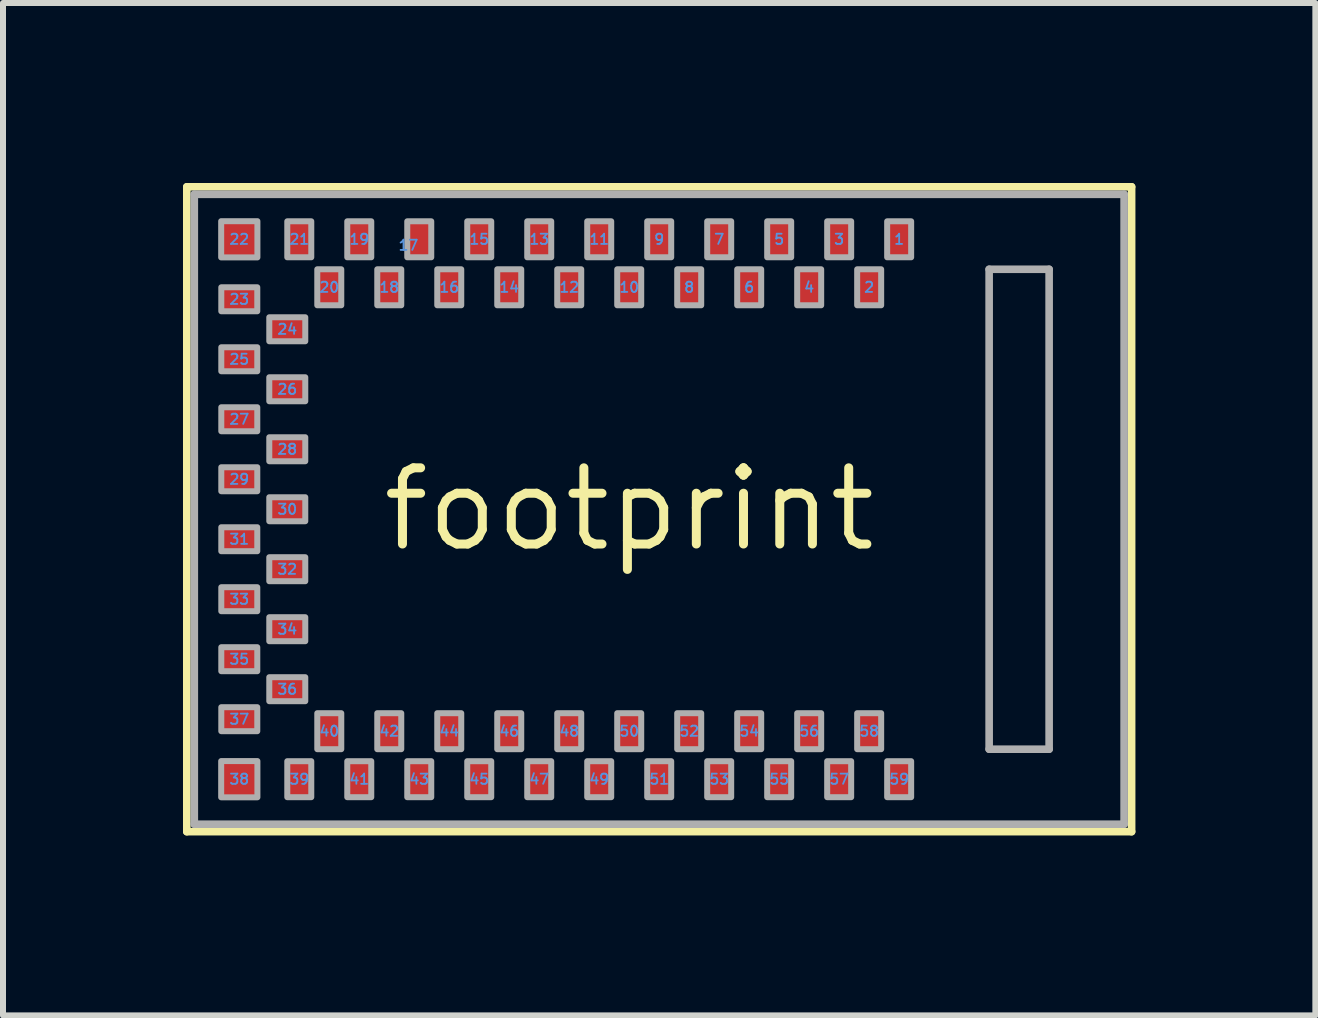
<source format=kicad_pcb>
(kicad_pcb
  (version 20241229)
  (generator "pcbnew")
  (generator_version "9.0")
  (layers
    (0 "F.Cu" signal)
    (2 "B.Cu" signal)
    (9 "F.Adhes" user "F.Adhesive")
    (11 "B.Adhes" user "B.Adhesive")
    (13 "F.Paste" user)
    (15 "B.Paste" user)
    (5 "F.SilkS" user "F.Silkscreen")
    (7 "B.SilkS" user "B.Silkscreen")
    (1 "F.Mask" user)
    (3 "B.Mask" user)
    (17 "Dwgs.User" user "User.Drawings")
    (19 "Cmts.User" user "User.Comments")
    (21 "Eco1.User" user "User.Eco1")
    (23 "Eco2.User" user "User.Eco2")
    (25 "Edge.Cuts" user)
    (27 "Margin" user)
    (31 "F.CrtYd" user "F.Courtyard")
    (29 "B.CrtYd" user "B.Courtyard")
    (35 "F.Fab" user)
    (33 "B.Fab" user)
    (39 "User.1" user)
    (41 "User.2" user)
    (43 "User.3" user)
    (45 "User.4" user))
  (footprint "footprint"
    (layer "F.Cu")
    (at 7.439 5.439)
    (property "Reference" "footprint" (at 0 0 0) (layer "F.SilkS") (effects (font (size 1.27 1.27) (thickness 0.15))))
    (fp_line (start -7.375 -5.375) (end -7.375 5.375) (stroke (width 0.127) (type solid)) (layer "F.SilkS"))
    (fp_line (start -7.375 5.375) (end 8.375 5.375) (stroke (width 0.127) (type solid)) (layer "F.SilkS"))
    (fp_line (start 8.375 -5.375) (end -7.375 -5.375) (stroke (width 0.127) (type solid)) (layer "F.SilkS"))
    (fp_line (start 8.375 5.375) (end 8.375 -5.375) (stroke (width 0.127) (type solid)) (layer "F.SilkS"))
    (fp_line (start -7.25 -5.25) (end -7.25 5.25) (stroke (width 0.127) (type solid)) (layer "F.Fab"))
    (fp_line (start -7.25 5.25) (end 8.25 5.25) (stroke (width 0.127) (type solid)) (layer "F.Fab"))
    (fp_line (start 6 -4) (end 7 -4) (stroke (width 0.127) (type solid)) (layer "F.Fab"))
    (fp_line (start 6 4) (end 6 -4) (stroke (width 0.127) (type solid)) (layer "F.Fab"))
    (fp_line (start 7 -4) (end 7 4) (stroke (width 0.127) (type solid)) (layer "F.Fab"))
    (fp_line (start 7 4) (end 6 4) (stroke (width 0.127) (type solid)) (layer "F.Fab"))
    (fp_line (start 8.25 -5.25) (end -7.25 -5.25) (stroke (width 0.127) (type solid)) (layer "F.Fab"))
    (fp_line (start 8.25 5.25) (end 8.25 -5.25) (stroke (width 0.127) (type solid)) (layer "F.Fab"))
    (fp_poly (pts (xy -6.8 -3.7) (xy -6.8 -3.3) (xy -6.2 -3.3) (xy -6.2 -3.7)) (stroke (width 0.1) (type solid)) (fill no) (layer "F.Fab"))
    (fp_poly (pts (xy -6.8 -2.7) (xy -6.8 -2.3) (xy -6.2 -2.3) (xy -6.2 -2.7)) (stroke (width 0.1) (type solid)) (fill no) (layer "F.Fab"))
    (fp_poly (pts (xy -6.8 -1.7) (xy -6.8 -1.3) (xy -6.2 -1.3) (xy -6.2 -1.7)) (stroke (width 0.1) (type solid)) (fill no) (layer "F.Fab"))
    (fp_poly (pts (xy -6.8 -0.7) (xy -6.8 -0.3) (xy -6.2 -0.3) (xy -6.2 -0.7)) (stroke (width 0.1) (type solid)) (fill no) (layer "F.Fab"))
    (fp_poly (pts (xy -6.8 0.3) (xy -6.8 0.7) (xy -6.2 0.7) (xy -6.2 0.3)) (stroke (width 0.1) (type solid)) (fill no) (layer "F.Fab"))
    (fp_poly (pts (xy -6.8 1.3) (xy -6.8 1.7) (xy -6.2 1.7) (xy -6.2 1.3)) (stroke (width 0.1) (type solid)) (fill no) (layer "F.Fab"))
    (fp_poly (pts (xy -6.8 2.3) (xy -6.8 2.7) (xy -6.2 2.7) (xy -6.2 2.3)) (stroke (width 0.1) (type solid)) (fill no) (layer "F.Fab"))
    (fp_poly (pts (xy -6.8 3.3) (xy -6.8 3.7) (xy -6.2 3.7) (xy -6.2 3.3)) (stroke (width 0.1) (type solid)) (fill no) (layer "F.Fab"))
    (fp_poly (pts (xy -6.198 -4.802) (xy -6.802 -4.802) (xy -6.802 -4.198) (xy -6.198 -4.198)) (stroke (width 0.1) (type solid)) (fill no) (layer "F.Fab"))
    (fp_poly (pts (xy -6.198 4.198) (xy -6.802 4.198) (xy -6.802 4.802) (xy -6.198 4.802)) (stroke (width 0.1) (type solid)) (fill no) (layer "F.Fab"))
    (fp_poly (pts (xy -6 -3.2) (xy -6 -2.8) (xy -5.4 -2.8) (xy -5.4 -3.2)) (stroke (width 0.1) (type solid)) (fill no) (layer "F.Fab"))
    (fp_poly (pts (xy -6 -2.2) (xy -6 -1.8) (xy -5.4 -1.8) (xy -5.4 -2.2)) (stroke (width 0.1) (type solid)) (fill no) (layer "F.Fab"))
    (fp_poly (pts (xy -6 -1.2) (xy -6 -0.8) (xy -5.4 -0.8) (xy -5.4 -1.2)) (stroke (width 0.1) (type solid)) (fill no) (layer "F.Fab"))
    (fp_poly (pts (xy -6 -0.2) (xy -6 0.2) (xy -5.4 0.2) (xy -5.4 -0.2)) (stroke (width 0.1) (type solid)) (fill no) (layer "F.Fab"))
    (fp_poly (pts (xy -6 0.8) (xy -6 1.2) (xy -5.4 1.2) (xy -5.4 0.8)) (stroke (width 0.1) (type solid)) (fill no) (layer "F.Fab"))
    (fp_poly (pts (xy -6 1.8) (xy -6 2.2) (xy -5.4 2.2) (xy -5.4 1.8)) (stroke (width 0.1) (type solid)) (fill no) (layer "F.Fab"))
    (fp_poly (pts (xy -6 2.8) (xy -6 3.2) (xy -5.4 3.2) (xy -5.4 2.8)) (stroke (width 0.1) (type solid)) (fill no) (layer "F.Fab"))
    (fp_poly (pts (xy -5.7 4.8) (xy -5.3 4.8) (xy -5.3 4.2) (xy -5.7 4.2)) (stroke (width 0.1) (type solid)) (fill no) (layer "F.Fab"))
    (fp_poly (pts (xy -5.3 -4.8) (xy -5.7 -4.8) (xy -5.7 -4.2) (xy -5.3 -4.2)) (stroke (width 0.1) (type solid)) (fill no) (layer "F.Fab"))
    (fp_poly (pts (xy -5.2 4) (xy -4.8 4) (xy -4.8 3.4) (xy -5.2 3.4)) (stroke (width 0.1) (type solid)) (fill no) (layer "F.Fab"))
    (fp_poly (pts (xy -4.8 -4) (xy -5.2 -4) (xy -5.2 -3.4) (xy -4.8 -3.4)) (stroke (width 0.1) (type solid)) (fill no) (layer "F.Fab"))
    (fp_poly (pts (xy -4.7 4.8) (xy -4.3 4.8) (xy -4.3 4.2) (xy -4.7 4.2)) (stroke (width 0.1) (type solid)) (fill no) (layer "F.Fab"))
    (fp_poly (pts (xy -4.3 -4.8) (xy -4.7 -4.8) (xy -4.7 -4.2) (xy -4.3 -4.2)) (stroke (width 0.1) (type solid)) (fill no) (layer "F.Fab"))
    (fp_poly (pts (xy -4.2 4) (xy -3.8 4) (xy -3.8 3.4) (xy -4.2 3.4)) (stroke (width 0.1) (type solid)) (fill no) (layer "F.Fab"))
    (fp_poly (pts (xy -3.8 -4) (xy -4.2 -4) (xy -4.2 -3.4) (xy -3.8 -3.4)) (stroke (width 0.1) (type solid)) (fill no) (layer "F.Fab"))
    (fp_poly (pts (xy -3.7 4.8) (xy -3.3 4.8) (xy -3.3 4.2) (xy -3.7 4.2)) (stroke (width 0.1) (type solid)) (fill no) (layer "F.Fab"))
    (fp_poly (pts (xy -3.3 -4.8) (xy -3.7 -4.8) (xy -3.7 -4.2) (xy -3.3 -4.2)) (stroke (width 0.1) (type solid)) (fill no) (layer "F.Fab"))
    (fp_poly (pts (xy -3.2 4) (xy -2.8 4) (xy -2.8 3.4) (xy -3.2 3.4)) (stroke (width 0.1) (type solid)) (fill no) (layer "F.Fab"))
    (fp_poly (pts (xy -2.8 -4) (xy -3.2 -4) (xy -3.2 -3.4) (xy -2.8 -3.4)) (stroke (width 0.1) (type solid)) (fill no) (layer "F.Fab"))
    (fp_poly (pts (xy -2.7 4.8) (xy -2.3 4.8) (xy -2.3 4.2) (xy -2.7 4.2)) (stroke (width 0.1) (type solid)) (fill no) (layer "F.Fab"))
    (fp_poly (pts (xy -2.3 -4.8) (xy -2.7 -4.8) (xy -2.7 -4.2) (xy -2.3 -4.2)) (stroke (width 0.1) (type solid)) (fill no) (layer "F.Fab"))
    (fp_poly (pts (xy -2.2 4) (xy -1.8 4) (xy -1.8 3.4) (xy -2.2 3.4)) (stroke (width 0.1) (type solid)) (fill no) (layer "F.Fab"))
    (fp_poly (pts (xy -1.8 -4) (xy -2.2 -4) (xy -2.2 -3.4) (xy -1.8 -3.4)) (stroke (width 0.1) (type solid)) (fill no) (layer "F.Fab"))
    (fp_poly (pts (xy -1.7 -4.2) (xy -1.3 -4.2) (xy -1.3 -4.8) (xy -1.7 -4.8)) (stroke (width 0.1) (type solid)) (fill no) (layer "F.Fab"))
    (fp_poly (pts (xy -1.7 4.8) (xy -1.3 4.8) (xy -1.3 4.2) (xy -1.7 4.2)) (stroke (width 0.1) (type solid)) (fill no) (layer "F.Fab"))
    (fp_poly (pts (xy -1.2 -3.4) (xy -0.8 -3.4) (xy -0.8 -4) (xy -1.2 -4)) (stroke (width 0.1) (type solid)) (fill no) (layer "F.Fab"))
    (fp_poly (pts (xy -1.2 4) (xy -0.8 4) (xy -0.8 3.4) (xy -1.2 3.4)) (stroke (width 0.1) (type solid)) (fill no) (layer "F.Fab"))
    (fp_poly (pts (xy -0.7 -4.2) (xy -0.3 -4.2) (xy -0.3 -4.8) (xy -0.7 -4.8)) (stroke (width 0.1) (type solid)) (fill no) (layer "F.Fab"))
    (fp_poly (pts (xy -0.7 4.8) (xy -0.3 4.8) (xy -0.3 4.2) (xy -0.7 4.2)) (stroke (width 0.1) (type solid)) (fill no) (layer "F.Fab"))
    (fp_poly (pts (xy -0.2 -3.4) (xy 0.2 -3.4) (xy 0.2 -4) (xy -0.2 -4)) (stroke (width 0.1) (type solid)) (fill no) (layer "F.Fab"))
    (fp_poly (pts (xy -0.2 4) (xy 0.2 4) (xy 0.2 3.4) (xy -0.2 3.4)) (stroke (width 0.1) (type solid)) (fill no) (layer "F.Fab"))
    (fp_poly (pts (xy 0.3 -4.2) (xy 0.7 -4.2) (xy 0.7 -4.8) (xy 0.3 -4.8)) (stroke (width 0.1) (type solid)) (fill no) (layer "F.Fab"))
    (fp_poly (pts (xy 0.3 4.8) (xy 0.7 4.8) (xy 0.7 4.2) (xy 0.3 4.2)) (stroke (width 0.1) (type solid)) (fill no) (layer "F.Fab"))
    (fp_poly (pts (xy 0.8 -3.4) (xy 1.2 -3.4) (xy 1.2 -4) (xy 0.8 -4)) (stroke (width 0.1) (type solid)) (fill no) (layer "F.Fab"))
    (fp_poly (pts (xy 0.8 4) (xy 1.2 4) (xy 1.2 3.4) (xy 0.8 3.4)) (stroke (width 0.1) (type solid)) (fill no) (layer "F.Fab"))
    (fp_poly (pts (xy 1.3 -4.2) (xy 1.7 -4.2) (xy 1.7 -4.8) (xy 1.3 -4.8)) (stroke (width 0.1) (type solid)) (fill no) (layer "F.Fab"))
    (fp_poly (pts (xy 1.3 4.8) (xy 1.7 4.8) (xy 1.7 4.2) (xy 1.3 4.2)) (stroke (width 0.1) (type solid)) (fill no) (layer "F.Fab"))
    (fp_poly (pts (xy 1.8 -3.4) (xy 2.2 -3.4) (xy 2.2 -4) (xy 1.8 -4)) (stroke (width 0.1) (type solid)) (fill no) (layer "F.Fab"))
    (fp_poly (pts (xy 1.8 4) (xy 2.2 4) (xy 2.2 3.4) (xy 1.8 3.4)) (stroke (width 0.1) (type solid)) (fill no) (layer "F.Fab"))
    (fp_poly (pts (xy 2.3 -4.2) (xy 2.7 -4.2) (xy 2.7 -4.8) (xy 2.3 -4.8)) (stroke (width 0.1) (type solid)) (fill no) (layer "F.Fab"))
    (fp_poly (pts (xy 2.3 4.8) (xy 2.7 4.8) (xy 2.7 4.2) (xy 2.3 4.2)) (stroke (width 0.1) (type solid)) (fill no) (layer "F.Fab"))
    (fp_poly (pts (xy 2.8 -3.4) (xy 3.2 -3.4) (xy 3.2 -4) (xy 2.8 -4)) (stroke (width 0.1) (type solid)) (fill no) (layer "F.Fab"))
    (fp_poly (pts (xy 2.8 4) (xy 3.2 4) (xy 3.2 3.4) (xy 2.8 3.4)) (stroke (width 0.1) (type solid)) (fill no) (layer "F.Fab"))
    (fp_poly (pts (xy 3.3 -4.2) (xy 3.7 -4.2) (xy 3.7 -4.8) (xy 3.3 -4.8)) (stroke (width 0.1) (type solid)) (fill no) (layer "F.Fab"))
    (fp_poly (pts (xy 3.3 4.8) (xy 3.7 4.8) (xy 3.7 4.2) (xy 3.3 4.2)) (stroke (width 0.1) (type solid)) (fill no) (layer "F.Fab"))
    (fp_poly (pts (xy 3.8 -3.4) (xy 4.2 -3.4) (xy 4.2 -4) (xy 3.8 -4)) (stroke (width 0.1) (type solid)) (fill no) (layer "F.Fab"))
    (fp_poly (pts (xy 3.8 4) (xy 4.2 4) (xy 4.2 3.4) (xy 3.8 3.4)) (stroke (width 0.1) (type solid)) (fill no) (layer "F.Fab"))
    (fp_poly (pts (xy 4.3 -4.2) (xy 4.7 -4.2) (xy 4.7 -4.8) (xy 4.3 -4.8)) (stroke (width 0.1) (type solid)) (fill no) (layer "F.Fab"))
    (fp_poly (pts (xy 4.3 4.8) (xy 4.7 4.8) (xy 4.7 4.2) (xy 4.3 4.2)) (stroke (width 0.1) (type solid)) (fill no) (layer "F.Fab"))
    (fp_text user "29" (at -6.5 -0.5 0) (layer "Cmts.User") (effects (font (size 0.17 0.17) (thickness 0.03))))
    (fp_text user "41" (at -4.5 4.5 0) (layer "Cmts.User") (effects (font (size 0.17 0.17) (thickness 0.03))))
    (fp_text user "57" (at 3.5 4.5 0) (layer "Cmts.User") (effects (font (size 0.17 0.17) (thickness 0.03))))
    (fp_text user "34" (at -5.7 2 0) (layer "Cmts.User") (effects (font (size 0.17 0.17) (thickness 0.03))))
    (fp_text user "2" (at 4 -3.7 0) (layer "Cmts.User") (effects (font (size 0.17 0.17) (thickness 0.03))))
    (fp_text user "48" (at -1 3.7 0) (layer "Cmts.User") (effects (font (size 0.17 0.17) (thickness 0.03))))
    (fp_text user "33" (at -6.5 1.5 0) (layer "Cmts.User") (effects (font (size 0.17 0.17) (thickness 0.03))))
    (fp_text user "19" (at -4.5 -4.5 0) (layer "Cmts.User") (effects (font (size 0.17 0.17) (thickness 0.03))))
    (fp_text user "32" (at -5.7 1 0) (layer "Cmts.User") (effects (font (size 0.17 0.17) (thickness 0.03))))
    (fp_text user "20" (at -5 -3.7 0) (layer "Cmts.User") (effects (font (size 0.17 0.17) (thickness 0.03))))
    (fp_text user "3" (at 3.5 -4.5 0) (layer "Cmts.User") (effects (font (size 0.17 0.17) (thickness 0.03))))
    (fp_text user "52" (at 1 3.7 0) (layer "Cmts.User") (effects (font (size 0.17 0.17) (thickness 0.03))))
    (fp_text user "12" (at -1 -3.7 0) (layer "Cmts.User") (effects (font (size 0.17 0.17) (thickness 0.03))))
    (fp_text user "17" (at -3.5 -4.5 0) (layer "Cmts.User") (effects (font (size 0.17 0.17) (thickness 0.03)) (justify right top)))
    (fp_text user "54" (at 2 3.7 0) (layer "Cmts.User") (effects (font (size 0.17 0.17) (thickness 0.03))))
    (fp_text user "50" (at 0 3.7 0) (layer "Cmts.User") (effects (font (size 0.17 0.17) (thickness 0.03))))
    (fp_text user "39" (at -5.5 4.5 0) (layer "Cmts.User") (effects (font (size 0.17 0.17) (thickness 0.03))))
    (fp_text user "8" (at 1 -3.7 0) (layer "Cmts.User") (effects (font (size 0.17 0.17) (thickness 0.03))))
    (fp_text user "51" (at 0.5 4.5 0) (layer "Cmts.User") (effects (font (size 0.17 0.17) (thickness 0.03))))
    (fp_text user "14" (at -2 -3.7 0) (layer "Cmts.User") (effects (font (size 0.17 0.17) (thickness 0.03))))
    (fp_text user "27" (at -6.5 -1.5 0) (layer "Cmts.User") (effects (font (size 0.17 0.17) (thickness 0.03))))
    (fp_text user "45" (at -2.5 4.5 0) (layer "Cmts.User") (effects (font (size 0.17 0.17) (thickness 0.03))))
    (fp_text user "13" (at -1.5 -4.5 0) (layer "Cmts.User") (effects (font (size 0.17 0.17) (thickness 0.03))))
    (fp_text user "26" (at -5.7 -2 0) (layer "Cmts.User") (effects (font (size 0.17 0.17) (thickness 0.03))))
    (fp_text user "56" (at 3 3.7 0) (layer "Cmts.User") (effects (font (size 0.17 0.17) (thickness 0.03))))
    (fp_text user "42" (at -4 3.7 0) (layer "Cmts.User") (effects (font (size 0.17 0.17) (thickness 0.03))))
    (fp_text user "18" (at -4 -3.7 0) (layer "Cmts.User") (effects (font (size 0.17 0.17) (thickness 0.03))))
    (fp_text user "4" (at 3 -3.7 0) (layer "Cmts.User") (effects (font (size 0.17 0.17) (thickness 0.03))))
    (fp_text user "40" (at -5 3.7 0) (layer "Cmts.User") (effects (font (size 0.17 0.17) (thickness 0.03))))
    (fp_text user "25" (at -6.5 -2.5 0) (layer "Cmts.User") (effects (font (size 0.17 0.17) (thickness 0.03))))
    (fp_text user "44" (at -3 3.7 0) (layer "Cmts.User") (effects (font (size 0.17 0.17) (thickness 0.03))))
    (fp_text user "6" (at 2 -3.7 0) (layer "Cmts.User") (effects (font (size 0.17 0.17) (thickness 0.03))))
    (fp_text user "59" (at 4.5 4.5 0) (layer "Cmts.User") (effects (font (size 0.17 0.17) (thickness 0.03))))
    (fp_text user "1" (at 4.5 -4.5 0) (layer "Cmts.User") (effects (font (size 0.17 0.17) (thickness 0.03))))
    (fp_text user "5" (at 2.5 -4.5 0) (layer "Cmts.User") (effects (font (size 0.17 0.17) (thickness 0.03))))
    (fp_text user "23" (at -6.5 -3.5 0) (layer "Cmts.User") (effects (font (size 0.17 0.17) (thickness 0.03))))
    (fp_text user "53" (at 1.5 4.5 0) (layer "Cmts.User") (effects (font (size 0.17 0.17) (thickness 0.03))))
    (fp_text user "28" (at -5.7 -1 0) (layer "Cmts.User") (effects (font (size 0.17 0.17) (thickness 0.03))))
    (fp_text user "11" (at -0.5 -4.5 0) (layer "Cmts.User") (effects (font (size 0.17 0.17) (thickness 0.03))))
    (fp_text user "55" (at 2.5 4.5 0) (layer "Cmts.User") (effects (font (size 0.17 0.17) (thickness 0.03))))
    (fp_text user "31" (at -6.5 0.5 0) (layer "Cmts.User") (effects (font (size 0.17 0.17) (thickness 0.03))))
    (fp_text user "35" (at -6.5 2.5 0) (layer "Cmts.User") (effects (font (size 0.17 0.17) (thickness 0.03))))
    (fp_text user "47" (at -1.5 4.5 0) (layer "Cmts.User") (effects (font (size 0.17 0.17) (thickness 0.03))))
    (fp_text user "15" (at -2.5 -4.5 0) (layer "Cmts.User") (effects (font (size 0.17 0.17) (thickness 0.03))))
    (fp_text user "37" (at -6.5 3.5 0) (layer "Cmts.User") (effects (font (size 0.17 0.17) (thickness 0.03))))
    (fp_text user "58" (at 4 3.7 0) (layer "Cmts.User") (effects (font (size 0.17 0.17) (thickness 0.03))))
    (fp_text user "46" (at -2 3.7 0) (layer "Cmts.User") (effects (font (size 0.17 0.17) (thickness 0.03))))
    (fp_text user "7" (at 1.5 -4.5 0) (layer "Cmts.User") (effects (font (size 0.17 0.17) (thickness 0.03))))
    (fp_text user "43" (at -3.5 4.5 0) (layer "Cmts.User") (effects (font (size 0.17 0.17) (thickness 0.03))))
    (fp_text user "49" (at -0.5 4.5 0) (layer "Cmts.User") (effects (font (size 0.17 0.17) (thickness 0.03))))
    (fp_text user "22" (at -6.5 -4.5 0) (layer "Cmts.User") (effects (font (size 0.17 0.17) (thickness 0.03))))
    (fp_text user "24" (at -5.7 -3 0) (layer "Cmts.User") (effects (font (size 0.17 0.17) (thickness 0.03))))
    (fp_text user "21" (at -5.5 -4.5 0) (layer "Cmts.User") (effects (font (size 0.17 0.17) (thickness 0.03))))
    (fp_text user "30" (at -5.7 0 0) (layer "Cmts.User") (effects (font (size 0.17 0.17) (thickness 0.03))))
    (fp_text user "9" (at 0.5 -4.5 0) (layer "Cmts.User") (effects (font (size 0.17 0.17) (thickness 0.03))))
    (fp_text user "36" (at -5.7 3 0) (layer "Cmts.User") (effects (font (size 0.17 0.17) (thickness 0.03))))
    (fp_text user "10" (at 0 -3.7 0) (layer "Cmts.User") (effects (font (size 0.17 0.17) (thickness 0.03))))
    (fp_text user "38" (at -6.5 4.5 0) (layer "Cmts.User") (effects (font (size 0.17 0.17) (thickness 0.03))))
    (fp_text user "16" (at -3 -3.7 0) (layer "Cmts.User") (effects (font (size 0.17 0.17) (thickness 0.03))))
    (pad "AD16" smd rect (at -4 3.7 180) (size 0.4 0.6) (layers "F.Cu" "F.Mask" "F.Paste"))
    (pad "AD34" smd rect (at -6.5 0.5 90) (size 0.4 0.6) (layers "F.Cu" "F.Mask" "F.Paste"))
    (pad "BOOT" smd rect (at 1.5 -4.5) (size 0.4 0.6) (layers "F.Cu" "F.Mask" "F.Paste"))
    (pad "D0" smd rect (at 0.5 4.5 180) (size 0.4 0.6) (layers "F.Cu" "F.Mask" "F.Paste"))
    (pad "D1" smd rect (at -0.5 4.5 180) (size 0.4 0.6) (layers "F.Cu" "F.Mask" "F.Paste"))
    (pad "D2" smd rect (at -1 3.7 180) (size 0.4 0.6) (layers "F.Cu" "F.Mask" "F.Paste"))
    (pad "D3" smd rect (at 2 3.7 180) (size 0.4 0.6) (layers "F.Cu" "F.Mask" "F.Paste"))
    (pad "D7" smd rect (at -1.5 -4.5) (size 0.4 0.6) (layers "F.Cu" "F.Mask" "F.Paste"))
    (pad "D8" smd rect (at -0.5 -4.5) (size 0.4 0.6) (layers "F.Cu" "F.Mask" "F.Paste"))
    (pad "D9" smd rect (at 2 -3.7) (size 0.4 0.6) (layers "F.Cu" "F.Mask" "F.Paste"))
    (pad "D10" smd rect (at 1 -3.7) (size 0.4 0.6) (layers "F.Cu" "F.Mask" "F.Paste"))
    (pad "D14" smd rect (at -5 -3.7) (size 0.4 0.6) (layers "F.Cu" "F.Mask" "F.Paste"))
    (pad "D15" smd rect (at -6.5 -0.5 90) (size 0.4 0.6) (layers "F.Cu" "F.Mask" "F.Paste"))
    (pad "D17" smd rect (at -3.5 4.5 180) (size 0.4 0.6) (layers "F.Cu" "F.Mask" "F.Paste"))
    (pad "D36" smd rect (at 2.5 4.5 180) (size 0.4 0.6) (layers "F.Cu" "F.Mask" "F.Paste"))
    (pad "D38" smd rect (at 3 3.7 180) (size 0.4 0.6) (layers "F.Cu" "F.Mask" "F.Paste"))
    (pad "D40" smd rect (at 2.5 -4.5) (size 0.4 0.6) (layers "F.Cu" "F.Mask" "F.Paste"))
    (pad "D41" smd rect (at -2.5 4.5 180) (size 0.4 0.6) (layers "F.Cu" "F.Mask" "F.Paste"))
    (pad "GND@1" smd rect (at 4.5 -4.5) (size 0.4 0.6) (layers "F.Cu" "F.Mask" "F.Paste"))
    (pad "GND@22" smd rect (at -6.5 -4.5) (size 0.6 0.6) (layers "F.Cu" "F.Mask" "F.Paste"))
    (pad "GND@38" smd rect (at -6.5 4.5 180) (size 0.6 0.6) (layers "F.Cu" "F.Mask" "F.Paste"))
    (pad "GND@39" smd rect (at -5.5 4.5 180) (size 0.4 0.6) (layers "F.Cu" "F.Mask" "F.Paste"))
    (pad "GND@47" smd rect (at -1.5 4.5 180) (size 0.4 0.6) (layers "F.Cu" "F.Mask" "F.Paste"))
    (pad "GND@59" smd rect (at 4.5 4.5 180) (size 0.4 0.6) (layers "F.Cu" "F.Mask" "F.Paste"))
    (pad "RXI-0" smd rect (at 3.5 -4.5) (size 0.4 0.6) (layers "F.Cu" "F.Mask" "F.Paste"))
    (pad "SWDCK" smd rect (at 4 -3.7) (size 0.4 0.6) (layers "F.Cu" "F.Mask" "F.Paste"))
    (pad "SWDIO" smd rect (at 0 -3.7) (size 0.4 0.6) (layers "F.Cu" "F.Mask" "F.Paste"))
    (pad "TXO-0" smd rect (at 0.5 -4.5) (size 0.4 0.6) (layers "F.Cu" "F.Mask" "F.Paste"))
    (pad "VDD@36" smd rect (at -5.7 3 90) (size 0.4 0.6) (layers "F.Cu" "F.Mask" "F.Paste"))
    (pad "VDD@37" smd rect (at -6.5 3.5 90) (size 0.4 0.6) (layers "F.Cu" "F.Mask" "F.Paste"))
    (pad "XI" smd rect (at -6.5 2.5 90) (size 0.4 0.6) (layers "F.Cu" "F.Mask" "F.Paste"))
    (pad "XO" smd rect (at -5.7 2 90) (size 0.4 0.6) (layers "F.Cu" "F.Mask" "F.Paste"))
    (pad "~AD11" smd rect (at -5.7 1 90) (size 0.4 0.6) (layers "F.Cu" "F.Mask" "F.Paste"))
    (pad "~AD12" smd rect (at -5.7 -2 90) (size 0.4 0.6) (layers "F.Cu" "F.Mask" "F.Paste"))
    (pad "~AD13" smd rect (at -5.7 -1 90) (size 0.4 0.6) (layers "F.Cu" "F.Mask" "F.Paste"))
    (pad "~AD29" smd rect (at -6.5 1.5 90) (size 0.4 0.6) (layers "F.Cu" "F.Mask" "F.Paste"))
    (pad "~AD31" smd rect (at -3 3.7 180) (size 0.4 0.6) (layers "F.Cu" "F.Mask" "F.Paste"))
    (pad "~AD32" smd rect (at -5.7 -3 90) (size 0.4 0.6) (layers "F.Cu" "F.Mask" "F.Paste"))
    (pad "~AD33/SWO" smd rect (at -5.7 0 90) (size 0.4 0.6) (layers "F.Cu" "F.Mask" "F.Paste"))
    (pad "~AD35" smd rect (at -2 -3.7) (size 0.4 0.6) (layers "F.Cu" "F.Mask" "F.Paste"))
    (pad "~D4" smd rect (at -2.5 -4.5) (size 0.4 0.6) (layers "F.Cu" "F.Mask" "F.Paste"))
    (pad "~D5" smd rect (at -1 -3.7) (size 0.4 0.6) (layers "F.Cu" "F.Mask" "F.Paste"))
    (pad "~D6" smd rect (at -6.5 -3.5 90) (size 0.4 0.6) (layers "F.Cu" "F.Mask" "F.Paste"))
    (pad "~D18" smd rect (at -4.5 4.5 180) (size 0.4 0.6) (layers "F.Cu" "F.Mask" "F.Paste"))
    (pad "~D19" smd rect (at -5 3.7 180) (size 0.4 0.6) (layers "F.Cu" "F.Mask" "F.Paste"))
    (pad "~D22" smd rect (at -3.5 -4.5) (size 0.4 0.6) (layers "F.Cu" "F.Mask" "F.Paste"))
    (pad "~D23" smd rect (at -4 -3.7) (size 0.4 0.6) (layers "F.Cu" "F.Mask" "F.Paste"))
    (pad "~D24" smd rect (at -3 -3.7) (size 0.4 0.6) (layers "F.Cu" "F.Mask" "F.Paste"))
    (pad "~D25" smd rect (at -6.5 -2.5 90) (size 0.4 0.6) (layers "F.Cu" "F.Mask" "F.Paste"))
    (pad "~D26" smd rect (at -6.5 -1.5 90) (size 0.4 0.6) (layers "F.Cu" "F.Mask" "F.Paste"))
    (pad "~D27" smd rect (at -4.5 -4.5) (size 0.4 0.6) (layers "F.Cu" "F.Mask" "F.Paste"))
    (pad "~D28" smd rect (at -5.5 -4.5) (size 0.4 0.6) (layers "F.Cu" "F.Mask" "F.Paste"))
    (pad "~D37" smd rect (at 3.5 4.5 180) (size 0.4 0.6) (layers "F.Cu" "F.Mask" "F.Paste"))
    (pad "~D39" smd rect (at 3 -3.7) (size 0.4 0.6) (layers "F.Cu" "F.Mask" "F.Paste"))
    (pad "~D42" smd rect (at 1.5 4.5 180) (size 0.4 0.6) (layers "F.Cu" "F.Mask" "F.Paste"))
    (pad "~D43" smd rect (at 1 3.7 180) (size 0.4 0.6) (layers "F.Cu" "F.Mask" "F.Paste"))
    (pad "~D44" smd rect (at 4 3.7 180) (size 0.4 0.6) (layers "F.Cu" "F.Mask" "F.Paste"))
    (pad "~D45" smd rect (at -2 3.7 180) (size 0.4 0.6) (layers "F.Cu" "F.Mask" "F.Paste"))
    (pad "~RST" smd rect (at 0 3.7 180) (size 0.4 0.6) (layers "F.Cu" "F.Mask" "F.Paste")))
  (gr_rect
    (start -3 -3)
    (end 18.877 13.877)
    (stroke (width 0.1) (type default))
    (fill no)
    (layer "Edge.Cuts")))
</source>
